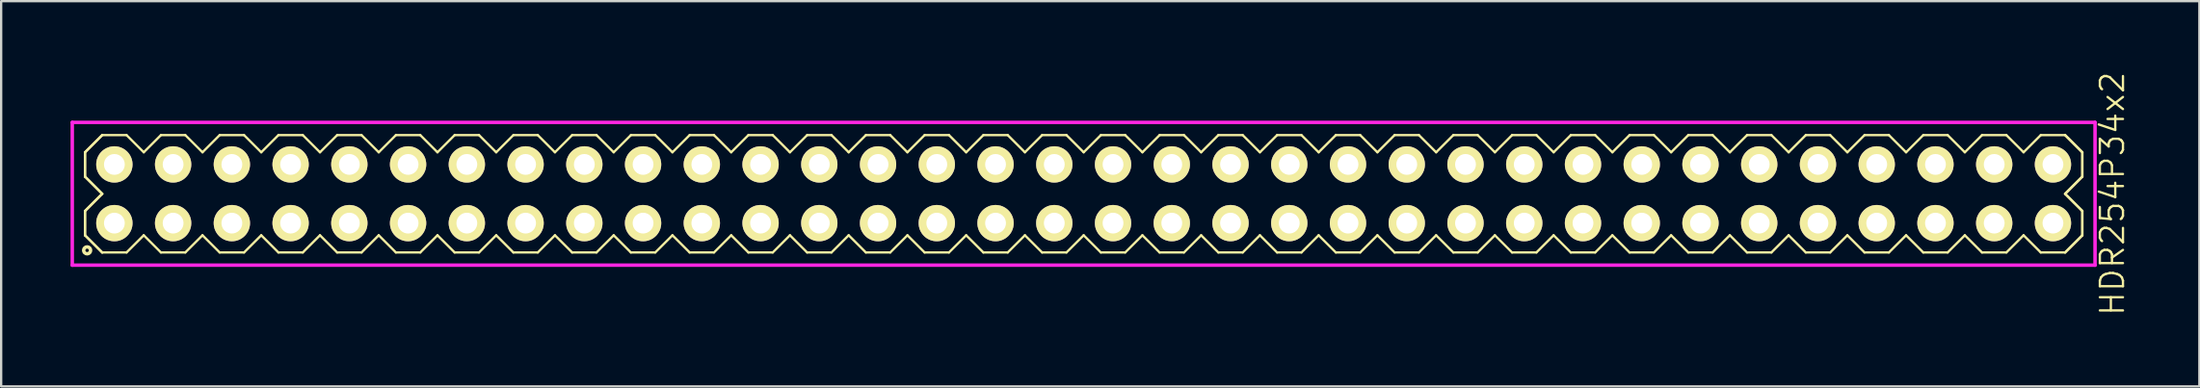
<source format=kicad_pcb>
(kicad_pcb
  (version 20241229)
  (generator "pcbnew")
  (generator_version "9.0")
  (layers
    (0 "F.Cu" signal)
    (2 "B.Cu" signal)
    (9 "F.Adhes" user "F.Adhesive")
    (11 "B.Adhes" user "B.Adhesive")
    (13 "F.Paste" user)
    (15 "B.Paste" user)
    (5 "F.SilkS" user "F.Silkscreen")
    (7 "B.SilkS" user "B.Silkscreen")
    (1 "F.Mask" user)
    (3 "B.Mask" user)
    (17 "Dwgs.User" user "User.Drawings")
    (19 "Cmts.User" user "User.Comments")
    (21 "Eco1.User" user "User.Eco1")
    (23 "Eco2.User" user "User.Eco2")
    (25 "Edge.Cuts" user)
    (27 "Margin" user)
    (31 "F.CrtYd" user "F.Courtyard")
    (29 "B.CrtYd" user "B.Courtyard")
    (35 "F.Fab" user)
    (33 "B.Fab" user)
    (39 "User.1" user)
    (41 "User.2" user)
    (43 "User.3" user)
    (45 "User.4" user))
  (footprint "HDR254P34x2"
    (layer "F.Cu")
    (at 43.805 5.336)
    (property "Reference" "HDR254P34x2" (at 44.48 0 90) (layer "F.SilkS") (effects (font (size 1 1) (thickness 0.1))))
    (attr through_hole)
    (fp_line (start -43.18 -1.796) (end -42.436 -2.54) (stroke (width 0.1) (type solid)) (layer "F.SilkS"))
    (fp_line (start -43.18 -1.796) (end -42.436 -2.54) (stroke (width 0.1) (type solid)) (layer "F.SilkS"))
    (fp_line (start -43.18 -0.744) (end -43.18 -1.796) (stroke (width 0.1) (type solid)) (layer "F.SilkS"))
    (fp_line (start -43.18 -0.744) (end -43.18 -1.796) (stroke (width 0.1) (type solid)) (layer "F.SilkS"))
    (fp_line (start -43.18 0.744) (end -42.436 0) (stroke (width 0.1) (type solid)) (layer "F.SilkS"))
    (fp_line (start -43.18 0.744) (end -42.436 0) (stroke (width 0.1) (type solid)) (layer "F.SilkS"))
    (fp_line (start -43.18 1.796) (end -43.18 0.744) (stroke (width 0.1) (type solid)) (layer "F.SilkS"))
    (fp_line (start -43.18 1.796) (end -43.18 0.744) (stroke (width 0.1) (type solid)) (layer "F.SilkS"))
    (fp_line (start -42.436 -2.54) (end -41.384 -2.54) (stroke (width 0.1) (type solid)) (layer "F.SilkS"))
    (fp_line (start -42.436 0) (end -43.18 -0.744) (stroke (width 0.1) (type solid)) (layer "F.SilkS"))
    (fp_line (start -42.436 0) (end -43.18 -0.744) (stroke (width 0.1) (type solid)) (layer "F.SilkS"))
    (fp_line (start -42.436 2.54) (end -43.18 1.796) (stroke (width 0.1) (type solid)) (layer "F.SilkS"))
    (fp_line (start -42.436 2.54) (end -43.18 1.796) (stroke (width 0.1) (type solid)) (layer "F.SilkS"))
    (fp_line (start -41.384 -2.54) (end -40.64 -1.796) (stroke (width 0.1) (type solid)) (layer "F.SilkS"))
    (fp_line (start -41.384 2.54) (end -42.436 2.54) (stroke (width 0.1) (type solid)) (layer "F.SilkS"))
    (fp_line (start -40.64 -1.796) (end -39.896 -2.54) (stroke (width 0.1) (type solid)) (layer "F.SilkS"))
    (fp_line (start -40.64 1.796) (end -41.384 2.54) (stroke (width 0.1) (type solid)) (layer "F.SilkS"))
    (fp_line (start -39.896 -2.54) (end -38.844 -2.54) (stroke (width 0.1) (type solid)) (layer "F.SilkS"))
    (fp_line (start -39.896 2.54) (end -40.64 1.796) (stroke (width 0.1) (type solid)) (layer "F.SilkS"))
    (fp_line (start -38.844 -2.54) (end -38.1 -1.796) (stroke (width 0.1) (type solid)) (layer "F.SilkS"))
    (fp_line (start -38.844 2.54) (end -39.896 2.54) (stroke (width 0.1) (type solid)) (layer "F.SilkS"))
    (fp_line (start -38.1 -1.796) (end -37.356 -2.54) (stroke (width 0.1) (type solid)) (layer "F.SilkS"))
    (fp_line (start -38.1 1.796) (end -38.844 2.54) (stroke (width 0.1) (type solid)) (layer "F.SilkS"))
    (fp_line (start -37.356 -2.54) (end -36.304 -2.54) (stroke (width 0.1) (type solid)) (layer "F.SilkS"))
    (fp_line (start -37.356 2.54) (end -38.1 1.796) (stroke (width 0.1) (type solid)) (layer "F.SilkS"))
    (fp_line (start -36.304 -2.54) (end -35.56 -1.796) (stroke (width 0.1) (type solid)) (layer "F.SilkS"))
    (fp_line (start -36.304 2.54) (end -37.356 2.54) (stroke (width 0.1) (type solid)) (layer "F.SilkS"))
    (fp_line (start -35.56 -1.796) (end -34.816 -2.54) (stroke (width 0.1) (type solid)) (layer "F.SilkS"))
    (fp_line (start -35.56 1.796) (end -36.304 2.54) (stroke (width 0.1) (type solid)) (layer "F.SilkS"))
    (fp_line (start -34.816 -2.54) (end -33.764 -2.54) (stroke (width 0.1) (type solid)) (layer "F.SilkS"))
    (fp_line (start -34.816 2.54) (end -35.56 1.796) (stroke (width 0.1) (type solid)) (layer "F.SilkS"))
    (fp_line (start -33.764 -2.54) (end -33.02 -1.796) (stroke (width 0.1) (type solid)) (layer "F.SilkS"))
    (fp_line (start -33.764 2.54) (end -34.816 2.54) (stroke (width 0.1) (type solid)) (layer "F.SilkS"))
    (fp_line (start -33.02 -1.796) (end -32.276 -2.54) (stroke (width 0.1) (type solid)) (layer "F.SilkS"))
    (fp_line (start -33.02 1.796) (end -33.764 2.54) (stroke (width 0.1) (type solid)) (layer "F.SilkS"))
    (fp_line (start -32.276 -2.54) (end -31.224 -2.54) (stroke (width 0.1) (type solid)) (layer "F.SilkS"))
    (fp_line (start -32.276 2.54) (end -33.02 1.796) (stroke (width 0.1) (type solid)) (layer "F.SilkS"))
    (fp_line (start -31.224 -2.54) (end -30.48 -1.796) (stroke (width 0.1) (type solid)) (layer "F.SilkS"))
    (fp_line (start -31.224 2.54) (end -32.276 2.54) (stroke (width 0.1) (type solid)) (layer "F.SilkS"))
    (fp_line (start -30.48 -1.796) (end -29.736 -2.54) (stroke (width 0.1) (type solid)) (layer "F.SilkS"))
    (fp_line (start -30.48 1.796) (end -31.224 2.54) (stroke (width 0.1) (type solid)) (layer "F.SilkS"))
    (fp_line (start -29.736 -2.54) (end -28.684 -2.54) (stroke (width 0.1) (type solid)) (layer "F.SilkS"))
    (fp_line (start -29.736 2.54) (end -30.48 1.796) (stroke (width 0.1) (type solid)) (layer "F.SilkS"))
    (fp_line (start -28.684 -2.54) (end -27.94 -1.796) (stroke (width 0.1) (type solid)) (layer "F.SilkS"))
    (fp_line (start -28.684 2.54) (end -29.736 2.54) (stroke (width 0.1) (type solid)) (layer "F.SilkS"))
    (fp_line (start -27.94 -1.796) (end -27.196 -2.54) (stroke (width 0.1) (type solid)) (layer "F.SilkS"))
    (fp_line (start -27.94 1.796) (end -28.684 2.54) (stroke (width 0.1) (type solid)) (layer "F.SilkS"))
    (fp_line (start -27.196 -2.54) (end -26.144 -2.54) (stroke (width 0.1) (type solid)) (layer "F.SilkS"))
    (fp_line (start -27.196 2.54) (end -27.94 1.796) (stroke (width 0.1) (type solid)) (layer "F.SilkS"))
    (fp_line (start -26.144 -2.54) (end -25.4 -1.796) (stroke (width 0.1) (type solid)) (layer "F.SilkS"))
    (fp_line (start -26.144 2.54) (end -27.196 2.54) (stroke (width 0.1) (type solid)) (layer "F.SilkS"))
    (fp_line (start -25.4 -1.796) (end -24.656 -2.54) (stroke (width 0.1) (type solid)) (layer "F.SilkS"))
    (fp_line (start -25.4 1.796) (end -26.144 2.54) (stroke (width 0.1) (type solid)) (layer "F.SilkS"))
    (fp_line (start -24.656 -2.54) (end -23.604 -2.54) (stroke (width 0.1) (type solid)) (layer "F.SilkS"))
    (fp_line (start -24.656 2.54) (end -25.4 1.796) (stroke (width 0.1) (type solid)) (layer "F.SilkS"))
    (fp_line (start -23.604 -2.54) (end -22.86 -1.796) (stroke (width 0.1) (type solid)) (layer "F.SilkS"))
    (fp_line (start -23.604 2.54) (end -24.656 2.54) (stroke (width 0.1) (type solid)) (layer "F.SilkS"))
    (fp_line (start -22.86 -1.796) (end -22.116 -2.54) (stroke (width 0.1) (type solid)) (layer "F.SilkS"))
    (fp_line (start -22.86 1.796) (end -23.604 2.54) (stroke (width 0.1) (type solid)) (layer "F.SilkS"))
    (fp_line (start -22.116 -2.54) (end -21.064 -2.54) (stroke (width 0.1) (type solid)) (layer "F.SilkS"))
    (fp_line (start -22.116 2.54) (end -22.86 1.796) (stroke (width 0.1) (type solid)) (layer "F.SilkS"))
    (fp_line (start -21.064 -2.54) (end -20.32 -1.796) (stroke (width 0.1) (type solid)) (layer "F.SilkS"))
    (fp_line (start -21.064 2.54) (end -22.116 2.54) (stroke (width 0.1) (type solid)) (layer "F.SilkS"))
    (fp_line (start -20.32 -1.796) (end -19.576 -2.54) (stroke (width 0.1) (type solid)) (layer "F.SilkS"))
    (fp_line (start -20.32 1.796) (end -21.064 2.54) (stroke (width 0.1) (type solid)) (layer "F.SilkS"))
    (fp_line (start -19.576 -2.54) (end -18.524 -2.54) (stroke (width 0.1) (type solid)) (layer "F.SilkS"))
    (fp_line (start -19.576 2.54) (end -20.32 1.796) (stroke (width 0.1) (type solid)) (layer "F.SilkS"))
    (fp_line (start -18.524 -2.54) (end -17.78 -1.796) (stroke (width 0.1) (type solid)) (layer "F.SilkS"))
    (fp_line (start -18.524 2.54) (end -19.576 2.54) (stroke (width 0.1) (type solid)) (layer "F.SilkS"))
    (fp_line (start -17.78 -1.796) (end -17.036 -2.54) (stroke (width 0.1) (type solid)) (layer "F.SilkS"))
    (fp_line (start -17.78 1.796) (end -18.524 2.54) (stroke (width 0.1) (type solid)) (layer "F.SilkS"))
    (fp_line (start -17.036 -2.54) (end -15.984 -2.54) (stroke (width 0.1) (type solid)) (layer "F.SilkS"))
    (fp_line (start -17.036 2.54) (end -17.78 1.796) (stroke (width 0.1) (type solid)) (layer "F.SilkS"))
    (fp_line (start -15.984 -2.54) (end -15.24 -1.796) (stroke (width 0.1) (type solid)) (layer "F.SilkS"))
    (fp_line (start -15.984 2.54) (end -17.036 2.54) (stroke (width 0.1) (type solid)) (layer "F.SilkS"))
    (fp_line (start -15.24 -1.796) (end -14.496 -2.54) (stroke (width 0.1) (type solid)) (layer "F.SilkS"))
    (fp_line (start -15.24 1.796) (end -15.984 2.54) (stroke (width 0.1) (type solid)) (layer "F.SilkS"))
    (fp_line (start -14.496 -2.54) (end -13.444 -2.54) (stroke (width 0.1) (type solid)) (layer "F.SilkS"))
    (fp_line (start -14.496 2.54) (end -15.24 1.796) (stroke (width 0.1) (type solid)) (layer "F.SilkS"))
    (fp_line (start -13.444 -2.54) (end -12.7 -1.796) (stroke (width 0.1) (type solid)) (layer "F.SilkS"))
    (fp_line (start -13.444 2.54) (end -14.496 2.54) (stroke (width 0.1) (type solid)) (layer "F.SilkS"))
    (fp_line (start -12.7 -1.796) (end -11.956 -2.54) (stroke (width 0.1) (type solid)) (layer "F.SilkS"))
    (fp_line (start -12.7 1.796) (end -13.444 2.54) (stroke (width 0.1) (type solid)) (layer "F.SilkS"))
    (fp_line (start -11.956 -2.54) (end -10.904 -2.54) (stroke (width 0.1) (type solid)) (layer "F.SilkS"))
    (fp_line (start -11.956 2.54) (end -12.7 1.796) (stroke (width 0.1) (type solid)) (layer "F.SilkS"))
    (fp_line (start -10.904 -2.54) (end -10.16 -1.796) (stroke (width 0.1) (type solid)) (layer "F.SilkS"))
    (fp_line (start -10.904 2.54) (end -11.956 2.54) (stroke (width 0.1) (type solid)) (layer "F.SilkS"))
    (fp_line (start -10.16 -1.796) (end -9.416 -2.54) (stroke (width 0.1) (type solid)) (layer "F.SilkS"))
    (fp_line (start -10.16 1.796) (end -10.904 2.54) (stroke (width 0.1) (type solid)) (layer "F.SilkS"))
    (fp_line (start -9.416 -2.54) (end -8.364 -2.54) (stroke (width 0.1) (type solid)) (layer "F.SilkS"))
    (fp_line (start -9.416 2.54) (end -10.16 1.796) (stroke (width 0.1) (type solid)) (layer "F.SilkS"))
    (fp_line (start -8.364 -2.54) (end -7.62 -1.796) (stroke (width 0.1) (type solid)) (layer "F.SilkS"))
    (fp_line (start -8.364 2.54) (end -9.416 2.54) (stroke (width 0.1) (type solid)) (layer "F.SilkS"))
    (fp_line (start -7.62 -1.796) (end -6.876 -2.54) (stroke (width 0.1) (type solid)) (layer "F.SilkS"))
    (fp_line (start -7.62 1.796) (end -8.364 2.54) (stroke (width 0.1) (type solid)) (layer "F.SilkS"))
    (fp_line (start -6.876 -2.54) (end -5.824 -2.54) (stroke (width 0.1) (type solid)) (layer "F.SilkS"))
    (fp_line (start -6.876 2.54) (end -7.62 1.796) (stroke (width 0.1) (type solid)) (layer "F.SilkS"))
    (fp_line (start -5.824 -2.54) (end -5.08 -1.796) (stroke (width 0.1) (type solid)) (layer "F.SilkS"))
    (fp_line (start -5.824 2.54) (end -6.876 2.54) (stroke (width 0.1) (type solid)) (layer "F.SilkS"))
    (fp_line (start -5.08 -1.796) (end -4.336 -2.54) (stroke (width 0.1) (type solid)) (layer "F.SilkS"))
    (fp_line (start -5.08 1.796) (end -5.824 2.54) (stroke (width 0.1) (type solid)) (layer "F.SilkS"))
    (fp_line (start -4.336 -2.54) (end -3.284 -2.54) (stroke (width 0.1) (type solid)) (layer "F.SilkS"))
    (fp_line (start -4.336 2.54) (end -5.08 1.796) (stroke (width 0.1) (type solid)) (layer "F.SilkS"))
    (fp_line (start -3.284 -2.54) (end -2.54 -1.796) (stroke (width 0.1) (type solid)) (layer "F.SilkS"))
    (fp_line (start -3.284 2.54) (end -4.336 2.54) (stroke (width 0.1) (type solid)) (layer "F.SilkS"))
    (fp_line (start -2.54 -1.796) (end -1.796 -2.54) (stroke (width 0.1) (type solid)) (layer "F.SilkS"))
    (fp_line (start -2.54 1.796) (end -3.284 2.54) (stroke (width 0.1) (type solid)) (layer "F.SilkS"))
    (fp_line (start -1.796 -2.54) (end -0.744 -2.54) (stroke (width 0.1) (type solid)) (layer "F.SilkS"))
    (fp_line (start -1.796 2.54) (end -2.54 1.796) (stroke (width 0.1) (type solid)) (layer "F.SilkS"))
    (fp_line (start -0.744 -2.54) (end 0 -1.796) (stroke (width 0.1) (type solid)) (layer "F.SilkS"))
    (fp_line (start -0.744 2.54) (end -1.796 2.54) (stroke (width 0.1) (type solid)) (layer "F.SilkS"))
    (fp_line (start 0 -1.796) (end 0.744 -2.54) (stroke (width 0.1) (type solid)) (layer "F.SilkS"))
    (fp_line (start 0 1.796) (end -0.744 2.54) (stroke (width 0.1) (type solid)) (layer "F.SilkS"))
    (fp_line (start 0.744 -2.54) (end 1.796 -2.54) (stroke (width 0.1) (type solid)) (layer "F.SilkS"))
    (fp_line (start 0.744 2.54) (end 0 1.796) (stroke (width 0.1) (type solid)) (layer "F.SilkS"))
    (fp_line (start 1.796 -2.54) (end 2.54 -1.796) (stroke (width 0.1) (type solid)) (layer "F.SilkS"))
    (fp_line (start 1.796 2.54) (end 0.744 2.54) (stroke (width 0.1) (type solid)) (layer "F.SilkS"))
    (fp_line (start 2.54 -1.796) (end 3.284 -2.54) (stroke (width 0.1) (type solid)) (layer "F.SilkS"))
    (fp_line (start 2.54 1.796) (end 1.796 2.54) (stroke (width 0.1) (type solid)) (layer "F.SilkS"))
    (fp_line (start 3.284 -2.54) (end 4.336 -2.54) (stroke (width 0.1) (type solid)) (layer "F.SilkS"))
    (fp_line (start 3.284 2.54) (end 2.54 1.796) (stroke (width 0.1) (type solid)) (layer "F.SilkS"))
    (fp_line (start 4.336 -2.54) (end 5.08 -1.796) (stroke (width 0.1) (type solid)) (layer "F.SilkS"))
    (fp_line (start 4.336 2.54) (end 3.284 2.54) (stroke (width 0.1) (type solid)) (layer "F.SilkS"))
    (fp_line (start 5.08 -1.796) (end 5.824 -2.54) (stroke (width 0.1) (type solid)) (layer "F.SilkS"))
    (fp_line (start 5.08 1.796) (end 4.336 2.54) (stroke (width 0.1) (type solid)) (layer "F.SilkS"))
    (fp_line (start 5.824 -2.54) (end 6.876 -2.54) (stroke (width 0.1) (type solid)) (layer "F.SilkS"))
    (fp_line (start 5.824 2.54) (end 5.08 1.796) (stroke (width 0.1) (type solid)) (layer "F.SilkS"))
    (fp_line (start 6.876 -2.54) (end 7.62 -1.796) (stroke (width 0.1) (type solid)) (layer "F.SilkS"))
    (fp_line (start 6.876 2.54) (end 5.824 2.54) (stroke (width 0.1) (type solid)) (layer "F.SilkS"))
    (fp_line (start 7.62 -1.796) (end 8.364 -2.54) (stroke (width 0.1) (type solid)) (layer "F.SilkS"))
    (fp_line (start 7.62 1.796) (end 6.876 2.54) (stroke (width 0.1) (type solid)) (layer "F.SilkS"))
    (fp_line (start 8.364 -2.54) (end 9.416 -2.54) (stroke (width 0.1) (type solid)) (layer "F.SilkS"))
    (fp_line (start 8.364 2.54) (end 7.62 1.796) (stroke (width 0.1) (type solid)) (layer "F.SilkS"))
    (fp_line (start 9.416 -2.54) (end 10.16 -1.796) (stroke (width 0.1) (type solid)) (layer "F.SilkS"))
    (fp_line (start 9.416 2.54) (end 8.364 2.54) (stroke (width 0.1) (type solid)) (layer "F.SilkS"))
    (fp_line (start 10.16 -1.796) (end 10.904 -2.54) (stroke (width 0.1) (type solid)) (layer "F.SilkS"))
    (fp_line (start 10.16 1.796) (end 9.416 2.54) (stroke (width 0.1) (type solid)) (layer "F.SilkS"))
    (fp_line (start 10.904 -2.54) (end 11.956 -2.54) (stroke (width 0.1) (type solid)) (layer "F.SilkS"))
    (fp_line (start 10.904 2.54) (end 10.16 1.796) (stroke (width 0.1) (type solid)) (layer "F.SilkS"))
    (fp_line (start 11.956 -2.54) (end 12.7 -1.796) (stroke (width 0.1) (type solid)) (layer "F.SilkS"))
    (fp_line (start 11.956 2.54) (end 10.904 2.54) (stroke (width 0.1) (type solid)) (layer "F.SilkS"))
    (fp_line (start 12.7 -1.796) (end 13.444 -2.54) (stroke (width 0.1) (type solid)) (layer "F.SilkS"))
    (fp_line (start 12.7 1.796) (end 11.956 2.54) (stroke (width 0.1) (type solid)) (layer "F.SilkS"))
    (fp_line (start 13.444 -2.54) (end 14.496 -2.54) (stroke (width 0.1) (type solid)) (layer "F.SilkS"))
    (fp_line (start 13.444 2.54) (end 12.7 1.796) (stroke (width 0.1) (type solid)) (layer "F.SilkS"))
    (fp_line (start 14.496 -2.54) (end 15.24 -1.796) (stroke (width 0.1) (type solid)) (layer "F.SilkS"))
    (fp_line (start 14.496 2.54) (end 13.444 2.54) (stroke (width 0.1) (type solid)) (layer "F.SilkS"))
    (fp_line (start 15.24 -1.796) (end 15.984 -2.54) (stroke (width 0.1) (type solid)) (layer "F.SilkS"))
    (fp_line (start 15.24 1.796) (end 14.496 2.54) (stroke (width 0.1) (type solid)) (layer "F.SilkS"))
    (fp_line (start 15.984 -2.54) (end 17.036 -2.54) (stroke (width 0.1) (type solid)) (layer "F.SilkS"))
    (fp_line (start 15.984 2.54) (end 15.24 1.796) (stroke (width 0.1) (type solid)) (layer "F.SilkS"))
    (fp_line (start 17.036 -2.54) (end 17.78 -1.796) (stroke (width 0.1) (type solid)) (layer "F.SilkS"))
    (fp_line (start 17.036 2.54) (end 15.984 2.54) (stroke (width 0.1) (type solid)) (layer "F.SilkS"))
    (fp_line (start 17.78 -1.796) (end 18.524 -2.54) (stroke (width 0.1) (type solid)) (layer "F.SilkS"))
    (fp_line (start 17.78 1.796) (end 17.036 2.54) (stroke (width 0.1) (type solid)) (layer "F.SilkS"))
    (fp_line (start 18.524 -2.54) (end 19.576 -2.54) (stroke (width 0.1) (type solid)) (layer "F.SilkS"))
    (fp_line (start 18.524 2.54) (end 17.78 1.796) (stroke (width 0.1) (type solid)) (layer "F.SilkS"))
    (fp_line (start 19.576 -2.54) (end 20.32 -1.796) (stroke (width 0.1) (type solid)) (layer "F.SilkS"))
    (fp_line (start 19.576 2.54) (end 18.524 2.54) (stroke (width 0.1) (type solid)) (layer "F.SilkS"))
    (fp_line (start 20.32 -1.796) (end 21.064 -2.54) (stroke (width 0.1) (type solid)) (layer "F.SilkS"))
    (fp_line (start 20.32 1.796) (end 19.576 2.54) (stroke (width 0.1) (type solid)) (layer "F.SilkS"))
    (fp_line (start 21.064 -2.54) (end 22.116 -2.54) (stroke (width 0.1) (type solid)) (layer "F.SilkS"))
    (fp_line (start 21.064 2.54) (end 20.32 1.796) (stroke (width 0.1) (type solid)) (layer "F.SilkS"))
    (fp_line (start 22.116 -2.54) (end 22.86 -1.796) (stroke (width 0.1) (type solid)) (layer "F.SilkS"))
    (fp_line (start 22.116 2.54) (end 21.064 2.54) (stroke (width 0.1) (type solid)) (layer "F.SilkS"))
    (fp_line (start 22.86 -1.796) (end 23.604 -2.54) (stroke (width 0.1) (type solid)) (layer "F.SilkS"))
    (fp_line (start 22.86 1.796) (end 22.116 2.54) (stroke (width 0.1) (type solid)) (layer "F.SilkS"))
    (fp_line (start 23.604 -2.54) (end 24.656 -2.54) (stroke (width 0.1) (type solid)) (layer "F.SilkS"))
    (fp_line (start 23.604 2.54) (end 22.86 1.796) (stroke (width 0.1) (type solid)) (layer "F.SilkS"))
    (fp_line (start 24.656 -2.54) (end 25.4 -1.796) (stroke (width 0.1) (type solid)) (layer "F.SilkS"))
    (fp_line (start 24.656 2.54) (end 23.604 2.54) (stroke (width 0.1) (type solid)) (layer "F.SilkS"))
    (fp_line (start 25.4 -1.796) (end 26.144 -2.54) (stroke (width 0.1) (type solid)) (layer "F.SilkS"))
    (fp_line (start 25.4 1.796) (end 24.656 2.54) (stroke (width 0.1) (type solid)) (layer "F.SilkS"))
    (fp_line (start 26.144 -2.54) (end 27.196 -2.54) (stroke (width 0.1) (type solid)) (layer "F.SilkS"))
    (fp_line (start 26.144 2.54) (end 25.4 1.796) (stroke (width 0.1) (type solid)) (layer "F.SilkS"))
    (fp_line (start 27.196 -2.54) (end 27.94 -1.796) (stroke (width 0.1) (type solid)) (layer "F.SilkS"))
    (fp_line (start 27.196 2.54) (end 26.144 2.54) (stroke (width 0.1) (type solid)) (layer "F.SilkS"))
    (fp_line (start 27.94 -1.796) (end 28.684 -2.54) (stroke (width 0.1) (type solid)) (layer "F.SilkS"))
    (fp_line (start 27.94 1.796) (end 27.196 2.54) (stroke (width 0.1) (type solid)) (layer "F.SilkS"))
    (fp_line (start 28.684 -2.54) (end 29.736 -2.54) (stroke (width 0.1) (type solid)) (layer "F.SilkS"))
    (fp_line (start 28.684 2.54) (end 27.94 1.796) (stroke (width 0.1) (type solid)) (layer "F.SilkS"))
    (fp_line (start 29.736 -2.54) (end 30.48 -1.796) (stroke (width 0.1) (type solid)) (layer "F.SilkS"))
    (fp_line (start 29.736 2.54) (end 28.684 2.54) (stroke (width 0.1) (type solid)) (layer "F.SilkS"))
    (fp_line (start 30.48 -1.796) (end 31.224 -2.54) (stroke (width 0.1) (type solid)) (layer "F.SilkS"))
    (fp_line (start 30.48 1.796) (end 29.736 2.54) (stroke (width 0.1) (type solid)) (layer "F.SilkS"))
    (fp_line (start 31.224 -2.54) (end 32.276 -2.54) (stroke (width 0.1) (type solid)) (layer "F.SilkS"))
    (fp_line (start 31.224 2.54) (end 30.48 1.796) (stroke (width 0.1) (type solid)) (layer "F.SilkS"))
    (fp_line (start 32.276 -2.54) (end 33.02 -1.796) (stroke (width 0.1) (type solid)) (layer "F.SilkS"))
    (fp_line (start 32.276 2.54) (end 31.224 2.54) (stroke (width 0.1) (type solid)) (layer "F.SilkS"))
    (fp_line (start 33.02 -1.796) (end 33.764 -2.54) (stroke (width 0.1) (type solid)) (layer "F.SilkS"))
    (fp_line (start 33.02 1.796) (end 32.276 2.54) (stroke (width 0.1) (type solid)) (layer "F.SilkS"))
    (fp_line (start 33.764 -2.54) (end 34.816 -2.54) (stroke (width 0.1) (type solid)) (layer "F.SilkS"))
    (fp_line (start 33.764 2.54) (end 33.02 1.796) (stroke (width 0.1) (type solid)) (layer "F.SilkS"))
    (fp_line (start 34.816 -2.54) (end 35.56 -1.796) (stroke (width 0.1) (type solid)) (layer "F.SilkS"))
    (fp_line (start 34.816 2.54) (end 33.764 2.54) (stroke (width 0.1) (type solid)) (layer "F.SilkS"))
    (fp_line (start 35.56 -1.796) (end 36.304 -2.54) (stroke (width 0.1) (type solid)) (layer "F.SilkS"))
    (fp_line (start 35.56 1.796) (end 34.816 2.54) (stroke (width 0.1) (type solid)) (layer "F.SilkS"))
    (fp_line (start 36.304 -2.54) (end 37.356 -2.54) (stroke (width 0.1) (type solid)) (layer "F.SilkS"))
    (fp_line (start 36.304 2.54) (end 35.56 1.796) (stroke (width 0.1) (type solid)) (layer "F.SilkS"))
    (fp_line (start 37.356 -2.54) (end 38.1 -1.796) (stroke (width 0.1) (type solid)) (layer "F.SilkS"))
    (fp_line (start 37.356 2.54) (end 36.304 2.54) (stroke (width 0.1) (type solid)) (layer "F.SilkS"))
    (fp_line (start 38.1 -1.796) (end 38.844 -2.54) (stroke (width 0.1) (type solid)) (layer "F.SilkS"))
    (fp_line (start 38.1 1.796) (end 37.356 2.54) (stroke (width 0.1) (type solid)) (layer "F.SilkS"))
    (fp_line (start 38.844 -2.54) (end 39.896 -2.54) (stroke (width 0.1) (type solid)) (layer "F.SilkS"))
    (fp_line (start 38.844 2.54) (end 38.1 1.796) (stroke (width 0.1) (type solid)) (layer "F.SilkS"))
    (fp_line (start 39.896 -2.54) (end 40.64 -1.796) (stroke (width 0.1) (type solid)) (layer "F.SilkS"))
    (fp_line (start 39.896 2.54) (end 38.844 2.54) (stroke (width 0.1) (type solid)) (layer "F.SilkS"))
    (fp_line (start 40.64 -1.796) (end 41.384 -2.54) (stroke (width 0.1) (type solid)) (layer "F.SilkS"))
    (fp_line (start 40.64 1.796) (end 39.896 2.54) (stroke (width 0.1) (type solid)) (layer "F.SilkS"))
    (fp_line (start 41.384 -2.54) (end 42.436 -2.54) (stroke (width 0.1) (type solid)) (layer "F.SilkS"))
    (fp_line (start 41.384 2.54) (end 40.64 1.796) (stroke (width 0.1) (type solid)) (layer "F.SilkS"))
    (fp_line (start 42.436 -2.54) (end 43.18 -1.796) (stroke (width 0.1) (type solid)) (layer "F.SilkS"))
    (fp_line (start 42.436 -2.54) (end 43.18 -1.796) (stroke (width 0.1) (type solid)) (layer "F.SilkS"))
    (fp_line (start 42.436 0) (end 43.18 0.744) (stroke (width 0.1) (type solid)) (layer "F.SilkS"))
    (fp_line (start 42.436 0) (end 43.18 0.744) (stroke (width 0.1) (type solid)) (layer "F.SilkS"))
    (fp_line (start 42.436 2.54) (end 41.384 2.54) (stroke (width 0.1) (type solid)) (layer "F.SilkS"))
    (fp_line (start 43.18 -1.796) (end 43.18 -0.744) (stroke (width 0.1) (type solid)) (layer "F.SilkS"))
    (fp_line (start 43.18 -1.796) (end 43.18 -0.744) (stroke (width 0.1) (type solid)) (layer "F.SilkS"))
    (fp_line (start 43.18 -0.744) (end 42.436 0) (stroke (width 0.1) (type solid)) (layer "F.SilkS"))
    (fp_line (start 43.18 -0.744) (end 42.436 0) (stroke (width 0.1) (type solid)) (layer "F.SilkS"))
    (fp_line (start 43.18 0.744) (end 43.18 1.796) (stroke (width 0.1) (type solid)) (layer "F.SilkS"))
    (fp_line (start 43.18 0.744) (end 43.18 1.796) (stroke (width 0.1) (type solid)) (layer "F.SilkS"))
    (fp_line (start 43.18 1.796) (end 42.436 2.54) (stroke (width 0.1) (type solid)) (layer "F.SilkS"))
    (fp_line (start 43.18 1.796) (end 42.436 2.54) (stroke (width 0.1) (type solid)) (layer "F.SilkS"))
    (fp_circle (center -43.088 2.448) (end -42.938 2.448) (stroke (width 0.15) (type solid)) (fill no) (layer "F.SilkS"))
    (fp_line (start -43.73 -3.09) (end -43.73 3.09) (stroke (width 0.15) (type solid)) (layer "F.CrtYd"))
    (fp_line (start -43.73 3.09) (end 43.73 3.09) (stroke (width 0.15) (type solid)) (layer "F.CrtYd"))
    (fp_line (start 43.73 -3.09) (end -43.73 -3.09) (stroke (width 0.15) (type solid)) (layer "F.CrtYd"))
    (fp_line (start 43.73 3.09) (end 43.73 -3.09) (stroke (width 0.15) (type solid)) (layer "F.CrtYd"))
    (pad "1" thru_hole oval (at -41.91 1.27) (size 1.57 1.57) (drill 0.9) (layers "*.Cu" "*.Mask" "F.SilkS"))
    (pad "2" thru_hole oval (at -41.91 -1.27) (size 1.57 1.57) (drill 0.9) (layers "*.Cu" "*.Mask" "F.SilkS"))
    (pad "3" thru_hole oval (at -39.37 1.27) (size 1.57 1.57) (drill 0.9) (layers "*.Cu" "*.Mask" "F.SilkS"))
    (pad "4" thru_hole oval (at -39.37 -1.27) (size 1.57 1.57) (drill 0.9) (layers "*.Cu" "*.Mask" "F.SilkS"))
    (pad "5" thru_hole oval (at -36.83 1.27) (size 1.57 1.57) (drill 0.9) (layers "*.Cu" "*.Mask" "F.SilkS"))
    (pad "6" thru_hole oval (at -36.83 -1.27) (size 1.57 1.57) (drill 0.9) (layers "*.Cu" "*.Mask" "F.SilkS"))
    (pad "7" thru_hole oval (at -34.29 1.27) (size 1.57 1.57) (drill 0.9) (layers "*.Cu" "*.Mask" "F.SilkS"))
    (pad "8" thru_hole oval (at -34.29 -1.27) (size 1.57 1.57) (drill 0.9) (layers "*.Cu" "*.Mask" "F.SilkS"))
    (pad "9" thru_hole oval (at -31.75 1.27) (size 1.57 1.57) (drill 0.9) (layers "*.Cu" "*.Mask" "F.SilkS"))
    (pad "10" thru_hole oval (at -31.75 -1.27) (size 1.57 1.57) (drill 0.9) (layers "*.Cu" "*.Mask" "F.SilkS"))
    (pad "11" thru_hole oval (at -29.21 1.27) (size 1.57 1.57) (drill 0.9) (layers "*.Cu" "*.Mask" "F.SilkS"))
    (pad "12" thru_hole oval (at -29.21 -1.27) (size 1.57 1.57) (drill 0.9) (layers "*.Cu" "*.Mask" "F.SilkS"))
    (pad "13" thru_hole oval (at -26.67 1.27) (size 1.57 1.57) (drill 0.9) (layers "*.Cu" "*.Mask" "F.SilkS"))
    (pad "14" thru_hole oval (at -26.67 -1.27) (size 1.57 1.57) (drill 0.9) (layers "*.Cu" "*.Mask" "F.SilkS"))
    (pad "15" thru_hole oval (at -24.13 1.27) (size 1.57 1.57) (drill 0.9) (layers "*.Cu" "*.Mask" "F.SilkS"))
    (pad "16" thru_hole oval (at -24.13 -1.27) (size 1.57 1.57) (drill 0.9) (layers "*.Cu" "*.Mask" "F.SilkS"))
    (pad "17" thru_hole oval (at -21.59 1.27) (size 1.57 1.57) (drill 0.9) (layers "*.Cu" "*.Mask" "F.SilkS"))
    (pad "18" thru_hole oval (at -21.59 -1.27) (size 1.57 1.57) (drill 0.9) (layers "*.Cu" "*.Mask" "F.SilkS"))
    (pad "19" thru_hole oval (at -19.05 1.27) (size 1.57 1.57) (drill 0.9) (layers "*.Cu" "*.Mask" "F.SilkS"))
    (pad "20" thru_hole oval (at -19.05 -1.27) (size 1.57 1.57) (drill 0.9) (layers "*.Cu" "*.Mask" "F.SilkS"))
    (pad "21" thru_hole oval (at -16.51 1.27) (size 1.57 1.57) (drill 0.9) (layers "*.Cu" "*.Mask" "F.SilkS"))
    (pad "22" thru_hole oval (at -16.51 -1.27) (size 1.57 1.57) (drill 0.9) (layers "*.Cu" "*.Mask" "F.SilkS"))
    (pad "23" thru_hole oval (at -13.97 1.27) (size 1.57 1.57) (drill 0.9) (layers "*.Cu" "*.Mask" "F.SilkS"))
    (pad "24" thru_hole oval (at -13.97 -1.27) (size 1.57 1.57) (drill 0.9) (layers "*.Cu" "*.Mask" "F.SilkS"))
    (pad "25" thru_hole oval (at -11.43 1.27) (size 1.57 1.57) (drill 0.9) (layers "*.Cu" "*.Mask" "F.SilkS"))
    (pad "26" thru_hole oval (at -11.43 -1.27) (size 1.57 1.57) (drill 0.9) (layers "*.Cu" "*.Mask" "F.SilkS"))
    (pad "27" thru_hole oval (at -8.89 1.27) (size 1.57 1.57) (drill 0.9) (layers "*.Cu" "*.Mask" "F.SilkS"))
    (pad "28" thru_hole oval (at -8.89 -1.27) (size 1.57 1.57) (drill 0.9) (layers "*.Cu" "*.Mask" "F.SilkS"))
    (pad "29" thru_hole oval (at -6.35 1.27) (size 1.57 1.57) (drill 0.9) (layers "*.Cu" "*.Mask" "F.SilkS"))
    (pad "30" thru_hole oval (at -6.35 -1.27) (size 1.57 1.57) (drill 0.9) (layers "*.Cu" "*.Mask" "F.SilkS"))
    (pad "31" thru_hole oval (at -3.81 1.27) (size 1.57 1.57) (drill 0.9) (layers "*.Cu" "*.Mask" "F.SilkS"))
    (pad "32" thru_hole oval (at -3.81 -1.27) (size 1.57 1.57) (drill 0.9) (layers "*.Cu" "*.Mask" "F.SilkS"))
    (pad "33" thru_hole oval (at -1.27 1.27) (size 1.57 1.57) (drill 0.9) (layers "*.Cu" "*.Mask" "F.SilkS"))
    (pad "34" thru_hole oval (at -1.27 -1.27) (size 1.57 1.57) (drill 0.9) (layers "*.Cu" "*.Mask" "F.SilkS"))
    (pad "35" thru_hole oval (at 1.27 1.27) (size 1.57 1.57) (drill 0.9) (layers "*.Cu" "*.Mask" "F.SilkS"))
    (pad "36" thru_hole oval (at 1.27 -1.27) (size 1.57 1.57) (drill 0.9) (layers "*.Cu" "*.Mask" "F.SilkS"))
    (pad "37" thru_hole oval (at 3.81 1.27) (size 1.57 1.57) (drill 0.9) (layers "*.Cu" "*.Mask" "F.SilkS"))
    (pad "38" thru_hole oval (at 3.81 -1.27) (size 1.57 1.57) (drill 0.9) (layers "*.Cu" "*.Mask" "F.SilkS"))
    (pad "39" thru_hole oval (at 6.35 1.27) (size 1.57 1.57) (drill 0.9) (layers "*.Cu" "*.Mask" "F.SilkS"))
    (pad "40" thru_hole oval (at 6.35 -1.27) (size 1.57 1.57) (drill 0.9) (layers "*.Cu" "*.Mask" "F.SilkS"))
    (pad "41" thru_hole oval (at 8.89 1.27) (size 1.57 1.57) (drill 0.9) (layers "*.Cu" "*.Mask" "F.SilkS"))
    (pad "42" thru_hole oval (at 8.89 -1.27) (size 1.57 1.57) (drill 0.9) (layers "*.Cu" "*.Mask" "F.SilkS"))
    (pad "43" thru_hole oval (at 11.43 1.27) (size 1.57 1.57) (drill 0.9) (layers "*.Cu" "*.Mask" "F.SilkS"))
    (pad "44" thru_hole oval (at 11.43 -1.27) (size 1.57 1.57) (drill 0.9) (layers "*.Cu" "*.Mask" "F.SilkS"))
    (pad "45" thru_hole oval (at 13.97 1.27) (size 1.57 1.57) (drill 0.9) (layers "*.Cu" "*.Mask" "F.SilkS"))
    (pad "46" thru_hole oval (at 13.97 -1.27) (size 1.57 1.57) (drill 0.9) (layers "*.Cu" "*.Mask" "F.SilkS"))
    (pad "47" thru_hole oval (at 16.51 1.27) (size 1.57 1.57) (drill 0.9) (layers "*.Cu" "*.Mask" "F.SilkS"))
    (pad "48" thru_hole oval (at 16.51 -1.27) (size 1.57 1.57) (drill 0.9) (layers "*.Cu" "*.Mask" "F.SilkS"))
    (pad "49" thru_hole oval (at 19.05 1.27) (size 1.57 1.57) (drill 0.9) (layers "*.Cu" "*.Mask" "F.SilkS"))
    (pad "50" thru_hole oval (at 19.05 -1.27) (size 1.57 1.57) (drill 0.9) (layers "*.Cu" "*.Mask" "F.SilkS"))
    (pad "51" thru_hole oval (at 21.59 1.27) (size 1.57 1.57) (drill 0.9) (layers "*.Cu" "*.Mask" "F.SilkS"))
    (pad "52" thru_hole oval (at 21.59 -1.27) (size 1.57 1.57) (drill 0.9) (layers "*.Cu" "*.Mask" "F.SilkS"))
    (pad "53" thru_hole oval (at 24.13 1.27) (size 1.57 1.57) (drill 0.9) (layers "*.Cu" "*.Mask" "F.SilkS"))
    (pad "54" thru_hole oval (at 24.13 -1.27) (size 1.57 1.57) (drill 0.9) (layers "*.Cu" "*.Mask" "F.SilkS"))
    (pad "55" thru_hole oval (at 26.67 1.27) (size 1.57 1.57) (drill 0.9) (layers "*.Cu" "*.Mask" "F.SilkS"))
    (pad "56" thru_hole oval (at 26.67 -1.27) (size 1.57 1.57) (drill 0.9) (layers "*.Cu" "*.Mask" "F.SilkS"))
    (pad "57" thru_hole oval (at 29.21 1.27) (size 1.57 1.57) (drill 0.9) (layers "*.Cu" "*.Mask" "F.SilkS"))
    (pad "58" thru_hole oval (at 29.21 -1.27) (size 1.57 1.57) (drill 0.9) (layers "*.Cu" "*.Mask" "F.SilkS"))
    (pad "59" thru_hole oval (at 31.75 1.27) (size 1.57 1.57) (drill 0.9) (layers "*.Cu" "*.Mask" "F.SilkS"))
    (pad "60" thru_hole oval (at 31.75 -1.27) (size 1.57 1.57) (drill 0.9) (layers "*.Cu" "*.Mask" "F.SilkS"))
    (pad "61" thru_hole oval (at 34.29 1.27) (size 1.57 1.57) (drill 0.9) (layers "*.Cu" "*.Mask" "F.SilkS"))
    (pad "62" thru_hole oval (at 34.29 -1.27) (size 1.57 1.57) (drill 0.9) (layers "*.Cu" "*.Mask" "F.SilkS"))
    (pad "63" thru_hole oval (at 36.83 1.27) (size 1.57 1.57) (drill 0.9) (layers "*.Cu" "*.Mask" "F.SilkS"))
    (pad "64" thru_hole oval (at 36.83 -1.27) (size 1.57 1.57) (drill 0.9) (layers "*.Cu" "*.Mask" "F.SilkS"))
    (pad "65" thru_hole oval (at 39.37 1.27) (size 1.57 1.57) (drill 0.9) (layers "*.Cu" "*.Mask" "F.SilkS"))
    (pad "66" thru_hole oval (at 39.37 -1.27) (size 1.57 1.57) (drill 0.9) (layers "*.Cu" "*.Mask" "F.SilkS"))
    (pad "67" thru_hole oval (at 41.91 1.27) (size 1.57 1.57) (drill 0.9) (layers "*.Cu" "*.Mask" "F.SilkS"))
    (pad "68" thru_hole oval (at 41.91 -1.27) (size 1.57 1.57) (drill 0.9) (layers "*.Cu" "*.Mask" "F.SilkS")))
  (gr_rect
    (start -3 -3)
    (end 92.046 13.671)
    (stroke (width 0.1) (type default))
    (fill no)
    (layer "Edge.Cuts")))
</source>
